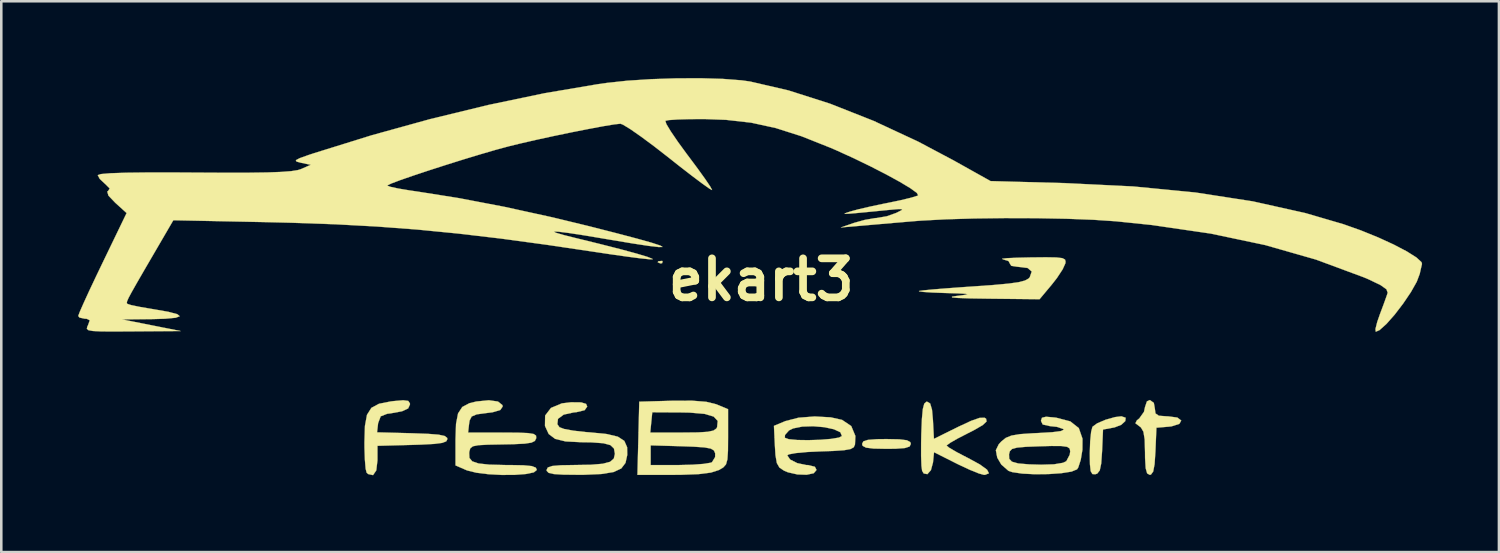
<source format=kicad_pcb>
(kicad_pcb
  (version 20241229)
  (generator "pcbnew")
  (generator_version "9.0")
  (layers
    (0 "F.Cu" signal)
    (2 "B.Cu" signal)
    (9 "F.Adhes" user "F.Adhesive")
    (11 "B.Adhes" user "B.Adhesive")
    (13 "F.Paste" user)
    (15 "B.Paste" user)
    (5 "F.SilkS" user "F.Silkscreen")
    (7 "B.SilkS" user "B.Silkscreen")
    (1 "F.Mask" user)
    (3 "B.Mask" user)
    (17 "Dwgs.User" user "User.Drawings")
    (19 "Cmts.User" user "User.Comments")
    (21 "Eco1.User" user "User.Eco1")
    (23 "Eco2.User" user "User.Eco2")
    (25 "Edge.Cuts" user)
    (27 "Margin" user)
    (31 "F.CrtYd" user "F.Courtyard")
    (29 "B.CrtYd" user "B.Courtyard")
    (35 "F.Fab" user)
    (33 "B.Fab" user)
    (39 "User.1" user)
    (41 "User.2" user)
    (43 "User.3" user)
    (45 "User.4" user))
  (footprint "ekart3"
    (layer "F.Cu")
    (at 26.675 7.872)
    (property "Reference" "ekart3" (at 0 0 0) (layer "F.SilkS") (effects (font (size 1.524 1.524) (thickness 0.3))))
    (attr through_hole)
    (fp_poly (pts (xy -3.852 -0.72) (xy -3.87 -0.644) (xy -3.937 -0.635) (xy -4.042 -0.681) (xy -4.022 -0.72) (xy -3.871 -0.735) (xy -3.852 -0.72)) (stroke (width 0.01) (type solid)) (fill yes) (layer "F.SilkS"))
    (fp_poly (pts (xy 5.392 6.233) (xy 5.687 6.269) (xy 5.82 6.34) (xy 5.842 6.413) (xy 5.792 6.514) (xy 5.612 6.573) (xy 5.255 6.6) (xy 4.889 6.604) (xy 4.387 6.594) (xy 4.092 6.558) (xy 3.959 6.487) (xy 3.937 6.413) (xy 3.987 6.313) (xy 4.167 6.254) (xy 4.524 6.227) (xy 4.889 6.223) (xy 5.392 6.233)) (stroke (width 0.01) (type solid)) (fill yes) (layer "F.SilkS"))
    (fp_poly (pts (xy 14.23 5.39) (xy 14.216 5.52) (xy 14.059 5.665) (xy 13.797 5.767) (xy 13.785 5.769) (xy 13.346 5.851) (xy 13.309 6.703) (xy 13.276 7.174) (xy 13.219 7.446) (xy 13.121 7.571) (xy 13.049 7.596) (xy 12.931 7.589) (xy 12.864 7.476) (xy 12.835 7.207) (xy 12.829 6.772) (xy 12.844 6.31) (xy 12.882 5.939) (xy 12.933 5.744) (xy 13.118 5.608) (xy 13.447 5.468) (xy 13.814 5.365) (xy 14.064 5.334) (xy 14.23 5.39)) (stroke (width 0.01) (type solid)) (fill yes) (layer "F.SilkS"))
    (fp_poly (pts (xy 15.33 4.809) (xy 15.367 5.016) (xy 15.395 5.221) (xy 15.526 5.312) (xy 15.831 5.334) (xy 15.875 5.334) (xy 16.249 5.383) (xy 16.4 5.499) (xy 16.326 5.629) (xy 16.022 5.726) (xy 15.907 5.739) (xy 15.431 5.779) (xy 15.393 6.699) (xy 15.36 7.201) (xy 15.305 7.491) (xy 15.217 7.611) (xy 15.171 7.62) (xy 15.069 7.563) (xy 15.012 7.361) (xy 14.988 6.969) (xy 14.986 6.737) (xy 14.973 6.24) (xy 14.924 5.937) (xy 14.826 5.769) (xy 14.764 5.721) (xy 14.611 5.605) (xy 14.665 5.495) (xy 14.764 5.415) (xy 14.946 5.157) (xy 14.986 4.971) (xy 15.061 4.75) (xy 15.177 4.699) (xy 15.33 4.809)) (stroke (width 0.01) (type solid)) (fill yes) (layer "F.SilkS"))
    (fp_poly (pts (xy -13.783 4.733) (xy -13.718 4.83) (xy -13.716 4.869) (xy -13.787 5.026) (xy -14.025 5.137) (xy -14.47 5.219) (xy -14.605 5.235) (xy -14.859 5.334) (xy -14.96 5.598) (xy -14.962 5.615) (xy -15.002 5.96) (xy -13.629 5.996) (xy -13.007 6.019) (xy -12.599 6.051) (xy -12.365 6.101) (xy -12.267 6.173) (xy -12.255 6.223) (xy -12.299 6.311) (xy -12.458 6.372) (xy -12.77 6.412) (xy -13.276 6.439) (xy -13.621 6.45) (xy -14.986 6.486) (xy -14.986 7.053) (xy -15.032 7.446) (xy -15.158 7.631) (xy -15.348 7.589) (xy -15.409 7.535) (xy -15.448 7.378) (xy -15.477 7.03) (xy -15.493 6.556) (xy -15.494 6.349) (xy -15.475 5.709) (xy -15.395 5.276) (xy -15.222 5.003) (xy -14.925 4.844) (xy -14.471 4.754) (xy -14.368 4.741) (xy -13.98 4.707) (xy -13.783 4.733)) (stroke (width 0.01) (type solid)) (fill yes) (layer "F.SilkS"))
    (fp_poly (pts (xy 6.596 4.833) (xy 6.668 5.075) (xy 6.705 5.489) (xy 6.743 6.215) (xy 7.688 5.747) (xy 8.195 5.511) (xy 8.525 5.396) (xy 8.719 5.39) (xy 8.779 5.426) (xy 8.8 5.534) (xy 8.649 5.677) (xy 8.301 5.878) (xy 8.082 5.989) (xy 7.675 6.198) (xy 7.376 6.37) (xy 7.242 6.47) (xy 7.239 6.477) (xy 7.344 6.564) (xy 7.622 6.727) (xy 8.014 6.932) (xy 8.065 6.957) (xy 8.539 7.215) (xy 8.819 7.42) (xy 8.891 7.559) (xy 8.742 7.619) (xy 8.696 7.62) (xy 8.495 7.565) (xy 8.14 7.421) (xy 7.702 7.216) (xy 7.625 7.178) (xy 6.747 6.736) (xy 6.707 7.136) (xy 6.626 7.436) (xy 6.488 7.593) (xy 6.344 7.566) (xy 6.282 7.463) (xy 6.256 7.265) (xy 6.242 6.878) (xy 6.243 6.366) (xy 6.25 6.023) (xy 6.274 5.43) (xy 6.31 5.05) (xy 6.365 4.842) (xy 6.447 4.766) (xy 6.477 4.763) (xy 6.596 4.833)) (stroke (width 0.01) (type solid)) (fill yes) (layer "F.SilkS"))
    (fp_poly (pts (xy 11.522 -0.869) (xy 11.757 -0.842) (xy 11.863 -0.787) (xy 11.884 -0.699) (xy 11.875 -0.637) (xy 11.769 -0.404) (xy 11.548 -0.068) (xy 11.347 0.189) (xy 10.868 0.762) (xy 8.895 0.741) (xy 8.167 0.73) (xy 7.687 0.713) (xy 7.45 0.691) (xy 7.448 0.663) (xy 7.62 0.635) (xy 7.929 0.595) (xy 8.054 0.567) (xy 7.977 0.549) (xy 7.681 0.534) (xy 7.176 0.519) (xy 6.69 0.501) (xy 6.337 0.478) (xy 6.162 0.453) (xy 6.16 0.441) (xy 6.324 0.417) (xy 6.696 0.381) (xy 7.229 0.338) (xy 7.877 0.29) (xy 8.304 0.261) (xy 9.089 0.205) (xy 9.657 0.152) (xy 10.046 0.098) (xy 10.294 0.034) (xy 10.437 -0.044) (xy 10.484 -0.094) (xy 10.562 -0.32) (xy 10.402 -0.457) (xy 10.004 -0.506) (xy 9.994 -0.506) (xy 9.763 -0.542) (xy 9.71 -0.626) (xy 9.657 -0.727) (xy 9.432 -0.798) (xy 9.408 -0.82) (xy 9.602 -0.841) (xy 9.98 -0.858) (xy 10.502 -0.87) (xy 11.118 -0.876) (xy 11.522 -0.869)) (stroke (width 0.01) (type solid)) (fill yes) (layer "F.SilkS"))
    (fp_poly (pts (xy -2.146 4.768) (xy -1.762 4.862) (xy -1.734 4.873) (xy -1.295 5.056) (xy -1.295 6.151) (xy -1.299 6.681) (xy -1.321 7.015) (xy -1.377 7.213) (xy -1.485 7.333) (xy -1.657 7.433) (xy -1.964 7.531) (xy -2.447 7.592) (xy -3.139 7.618) (xy -3.427 7.62) (xy -4.834 7.62) (xy -4.825 7.239) (xy -4.318 7.239) (xy -3.207 7.237) (xy -2.685 7.224) (xy -2.25 7.192) (xy -1.973 7.146) (xy -1.924 7.127) (xy -1.801 6.926) (xy -1.799 6.779) (xy -1.847 6.668) (xy -1.972 6.594) (xy -2.221 6.548) (xy -2.642 6.52) (xy -3.081 6.504) (xy -4.318 6.468) (xy -4.318 7.239) (xy -4.825 7.239) (xy -4.798 6.191) (xy -4.793 5.969) (xy -4.334 5.969) (xy -3.07 5.969) (xy -2.477 5.963) (xy -2.092 5.939) (xy -1.866 5.891) (xy -1.752 5.81) (xy -1.723 5.756) (xy -1.7 5.514) (xy -1.857 5.345) (xy -2.216 5.239) (xy -2.796 5.189) (xy -3.125 5.183) (xy -4.255 5.177) (xy -4.334 5.969) (xy -4.793 5.969) (xy -4.763 4.763) (xy -3.467 4.726) (xy -2.701 4.724) (xy -2.146 4.768)) (stroke (width 0.01) (type solid)) (fill yes) (layer "F.SilkS"))
    (fp_poly (pts (xy 2.715 5.375) (xy 3.157 5.474) (xy 3.515 5.715) (xy 3.676 6.101) (xy 3.661 6.435) (xy 3.613 6.542) (xy 3.486 6.613) (xy 3.236 6.658) (xy 2.814 6.687) (xy 2.316 6.704) (xy 1.776 6.729) (xy 1.346 6.77) (xy 1.078 6.82) (xy 1.016 6.858) (xy 1.128 7.021) (xy 1.402 7.161) (xy 1.749 7.236) (xy 1.833 7.239) (xy 2.095 7.304) (xy 2.159 7.429) (xy 2.05 7.557) (xy 1.774 7.616) (xy 1.412 7.604) (xy 1.041 7.52) (xy 0.889 7.456) (xy 0.711 7.337) (xy 0.609 7.159) (xy 0.556 6.851) (xy 0.534 6.502) (xy 0.518 6.172) (xy 0.921 6.172) (xy 1.076 6.228) (xy 1.407 6.259) (xy 1.84 6.265) (xy 2.304 6.251) (xy 2.726 6.216) (xy 3.033 6.165) (xy 3.151 6.105) (xy 3.089 5.957) (xy 2.838 5.84) (xy 2.464 5.759) (xy 2.031 5.722) (xy 1.604 5.735) (xy 1.248 5.806) (xy 1.084 5.886) (xy 0.928 6.062) (xy 0.921 6.172) (xy 0.518 6.172) (xy 0.496 5.707) (xy 0.942 5.521) (xy 1.454 5.389) (xy 2.085 5.34) (xy 2.715 5.375)) (stroke (width 0.01) (type solid)) (fill yes) (layer "F.SilkS"))
    (fp_poly (pts (xy -7.034 4.79) (xy -6.84 4.848) (xy -6.795 4.953) (xy -6.895 5.095) (xy -7.213 5.172) (xy -7.323 5.182) (xy -7.713 5.268) (xy -7.937 5.433) (xy -7.961 5.643) (xy -7.879 5.76) (xy -7.699 5.828) (xy -7.334 5.895) (xy -6.852 5.949) (xy -6.688 5.961) (xy -6.035 6.026) (xy -5.6 6.129) (xy -5.346 6.294) (xy -5.237 6.541) (xy -5.232 6.844) (xy -5.3 7.153) (xy -5.465 7.37) (xy -5.765 7.51) (xy -6.235 7.587) (xy -6.912 7.617) (xy -7.144 7.618) (xy -7.727 7.612) (xy -8.099 7.589) (xy -8.302 7.542) (xy -8.378 7.464) (xy -8.382 7.429) (xy -8.335 7.333) (xy -8.164 7.274) (xy -7.824 7.245) (xy -7.334 7.237) (xy -6.654 7.226) (xy -6.189 7.187) (xy -5.903 7.111) (xy -5.758 6.987) (xy -5.715 6.805) (xy -5.715 6.793) (xy -5.751 6.592) (xy -5.886 6.461) (xy -6.163 6.386) (xy -6.624 6.352) (xy -7.027 6.346) (xy -7.64 6.315) (xy -8.048 6.215) (xy -8.299 6.026) (xy -8.438 5.725) (xy -8.445 5.699) (xy -8.438 5.304) (xy -8.211 5.007) (xy -7.786 4.829) (xy -7.428 4.786) (xy -7.034 4.79)) (stroke (width 0.01) (type solid)) (fill yes) (layer "F.SilkS"))
    (fp_poly (pts (xy -10.28 4.757) (xy -10.106 4.897) (xy -10.097 4.953) (xy -10.188 5.087) (xy -10.484 5.175) (xy -10.732 5.207) (xy -11.112 5.258) (xy -11.307 5.341) (xy -11.388 5.498) (xy -11.407 5.62) (xy -11.447 5.969) (xy -10.096 5.969) (xy -9.495 5.973) (xy -9.106 5.989) (xy -8.887 6.024) (xy -8.794 6.086) (xy -8.786 6.182) (xy -8.787 6.191) (xy -8.838 6.294) (xy -8.973 6.362) (xy -9.239 6.402) (xy -9.681 6.423) (xy -10.098 6.431) (xy -10.675 6.442) (xy -11.045 6.462) (xy -11.257 6.504) (xy -11.358 6.579) (xy -11.397 6.701) (xy -11.405 6.764) (xy -11.395 6.959) (xy -11.285 7.092) (xy -11.038 7.176) (xy -10.619 7.221) (xy -9.991 7.237) (xy -9.811 7.237) (xy -9.28 7.247) (xy -8.958 7.278) (xy -8.801 7.34) (xy -8.763 7.429) (xy -8.879 7.523) (xy -9.187 7.587) (xy -9.625 7.62) (xy -10.134 7.623) (xy -10.653 7.595) (xy -11.122 7.537) (xy -11.479 7.449) (xy -11.525 7.431) (xy -11.938 7.251) (xy -11.938 6.238) (xy -11.918 5.629) (xy -11.839 5.222) (xy -11.674 4.97) (xy -11.398 4.823) (xy -11.125 4.756) (xy -10.635 4.707) (xy -10.28 4.757)) (stroke (width 0.01) (type solid)) (fill yes) (layer "F.SilkS"))
    (fp_poly (pts (xy 11.459 5.381) (xy 11.525 5.39) (xy 12.07 5.533) (xy 12.401 5.795) (xy 12.544 6.208) (xy 12.541 6.642) (xy 12.476 7.035) (xy 12.38 7.329) (xy 12.331 7.405) (xy 12.116 7.493) (xy 11.722 7.555) (xy 11.221 7.59) (xy 10.685 7.596) (xy 10.188 7.571) (xy 9.803 7.514) (xy 9.654 7.463) (xy 9.374 7.218) (xy 9.216 6.948) (xy 9.191 6.816) (xy 9.676 6.816) (xy 9.682 6.991) (xy 9.788 7.106) (xy 10.034 7.175) (xy 10.462 7.211) (xy 10.928 7.224) (xy 11.429 7.209) (xy 11.785 7.149) (xy 11.913 7.087) (xy 12.046 6.833) (xy 12.065 6.701) (xy 12.043 6.592) (xy 11.946 6.526) (xy 11.726 6.495) (xy 11.337 6.492) (xy 10.89 6.504) (xy 10.337 6.525) (xy 9.989 6.556) (xy 9.795 6.609) (xy 9.707 6.698) (xy 9.676 6.816) (xy 9.191 6.816) (xy 9.161 6.658) (xy 9.275 6.425) (xy 9.376 6.316) (xy 9.549 6.176) (xy 9.771 6.086) (xy 10.105 6.03) (xy 10.612 5.996) (xy 10.816 5.987) (xy 11.37 5.954) (xy 11.709 5.908) (xy 11.816 5.852) (xy 11.797 5.831) (xy 11.541 5.745) (xy 11.271 5.717) (xy 10.991 5.654) (xy 10.922 5.51) (xy 10.962 5.39) (xy 11.121 5.351) (xy 11.459 5.381)) (stroke (width 0.01) (type solid)) (fill yes) (layer "F.SilkS"))
    (fp_poly (pts (xy -1.491 -7.841) (xy -0.764 -7.785) (xy -0.436 -7.739) (xy 1.062 -7.392) (xy 2.685 -6.874) (xy 4.387 -6.202) (xy 6.125 -5.393) (xy 7.506 -4.661) (xy 8.954 -3.851) (xy 11.874 -3.771) (xy 14.521 -3.642) (xy 16.953 -3.406) (xy 19.191 -3.06) (xy 21.25 -2.601) (xy 22.733 -2.167) (xy 23.419 -1.924) (xy 24.088 -1.652) (xy 24.699 -1.372) (xy 25.212 -1.103) (xy 25.586 -0.867) (xy 25.783 -0.684) (xy 25.801 -0.615) (xy 25.736 -0.336) (xy 25.715 -0.235) (xy 25.596 0.081) (xy 25.365 0.489) (xy 25.063 0.935) (xy 24.732 1.367) (xy 24.412 1.728) (xy 24.145 1.967) (xy 23.997 2.032) (xy 23.984 1.926) (xy 24.053 1.65) (xy 24.152 1.365) (xy 24.303 0.961) (xy 24.42 0.635) (xy 24.462 0.508) (xy 24.413 0.373) (xy 24.176 0.206) (xy 23.726 -0.01) (xy 23.531 -0.093) (xy 21.661 -0.786) (xy 19.682 -1.352) (xy 17.557 -1.8) (xy 15.253 -2.136) (xy 13.843 -2.282) (xy 12.971 -2.34) (xy 11.915 -2.38) (xy 10.741 -2.402) (xy 9.519 -2.406) (xy 8.316 -2.391) (xy 7.201 -2.358) (xy 6.243 -2.307) (xy 5.969 -2.286) (xy 5.302 -2.229) (xy 4.649 -2.173) (xy 4.098 -2.125) (xy 3.81 -2.1) (xy 3.111 -2.04) (xy 3.619 -2.217) (xy 4.045 -2.336) (xy 4.445 -2.405) (xy 4.508 -2.409) (xy 4.907 -2.478) (xy 5.271 -2.608) (xy 5.473 -2.71) (xy 5.506 -2.757) (xy 5.341 -2.757) (xy 4.953 -2.722) (xy 4.23 -2.651) (xy 3.73 -2.603) (xy 3.42 -2.577) (xy 3.272 -2.571) (xy 3.254 -2.584) (xy 3.335 -2.616) (xy 3.485 -2.665) (xy 3.493 -2.667) (xy 3.795 -2.749) (xy 4.26 -2.857) (xy 4.8 -2.971) (xy 4.953 -3.001) (xy 5.452 -3.105) (xy 5.854 -3.203) (xy 6.094 -3.277) (xy 6.129 -3.296) (xy 6.073 -3.392) (xy 5.822 -3.574) (xy 5.413 -3.82) (xy 4.881 -4.111) (xy 4.263 -4.428) (xy 3.597 -4.751) (xy 2.917 -5.06) (xy 2.713 -5.148) (xy 1.572 -5.602) (xy 0.561 -5.924) (xy -0.395 -6.132) (xy -1.372 -6.242) (xy -2.18 -6.272) (xy -2.769 -6.271) (xy -3.263 -6.257) (xy -3.606 -6.233) (xy -3.744 -6.204) (xy -3.704 -6.077) (xy -3.532 -5.792) (xy -3.257 -5.388) (xy -2.905 -4.905) (xy -2.85 -4.833) (xy -2.487 -4.346) (xy -2.192 -3.936) (xy -1.994 -3.643) (xy -1.92 -3.506) (xy -1.921 -3.501) (xy -2.031 -3.561) (xy -2.305 -3.756) (xy -2.709 -4.059) (xy -3.21 -4.447) (xy -3.619 -4.771) (xy -4.185 -5.211) (xy -4.695 -5.589) (xy -5.111 -5.879) (xy -5.395 -6.052) (xy -5.495 -6.091) (xy -5.726 -6.067) (xy -6.153 -5.997) (xy -6.725 -5.89) (xy -7.391 -5.759) (xy -8.099 -5.612) (xy -8.798 -5.46) (xy -9.436 -5.313) (xy -9.842 -5.214) (xy -10.343 -5.079) (xy -10.95 -4.902) (xy -11.621 -4.699) (xy -12.313 -4.482) (xy -12.984 -4.266) (xy -13.591 -4.064) (xy -14.091 -3.891) (xy -14.441 -3.759) (xy -14.599 -3.683) (xy -14.604 -3.676) (xy -14.487 -3.629) (xy -14.174 -3.561) (xy -13.72 -3.485) (xy -13.43 -3.443) (xy -11.812 -3.187) (xy -10.028 -2.846) (xy -8.143 -2.433) (xy -6.731 -2.091) (xy -5.666 -1.819) (xy -4.847 -1.603) (xy -4.274 -1.442) (xy -3.943 -1.334) (xy -3.855 -1.278) (xy -4.007 -1.275) (xy -4.398 -1.321) (xy -5.027 -1.417) (xy -5.892 -1.561) (xy -6.045 -1.587) (xy -6.897 -1.73) (xy -7.526 -1.826) (xy -7.927 -1.876) (xy -8.096 -1.88) (xy -8.027 -1.836) (xy -7.717 -1.745) (xy -7.303 -1.641) (xy -6.316 -1.399) (xy -5.5 -1.191) (xy -4.872 -1.021) (xy -4.451 -0.895) (xy -4.252 -0.816) (xy -4.239 -0.798) (xy -4.376 -0.799) (xy -4.72 -0.835) (xy -5.23 -0.901) (xy -5.863 -0.99) (xy -6.368 -1.066) (xy -8.365 -1.362) (xy -10.171 -1.607) (xy -11.843 -1.803) (xy -13.439 -1.959) (xy -15.015 -2.077) (xy -16.628 -2.164) (xy -18.336 -2.224) (xy -19.321 -2.248) (xy -22.957 -2.322) (xy -23.689 -1.066) (xy -24.094 -0.371) (xy -24.387 0.136) (xy -24.585 0.486) (xy -24.705 0.71) (xy -24.762 0.84) (xy -24.774 0.906) (xy -24.757 0.939) (xy -24.753 0.943) (xy -24.606 0.991) (xy -24.274 1.06) (xy -23.825 1.137) (xy -23.744 1.15) (xy -23.145 1.255) (xy -22.799 1.348) (xy -22.706 1.426) (xy -22.866 1.486) (xy -23.279 1.524) (xy -23.755 1.538) (xy -24.956 1.551) (xy -23.812 1.778) (xy -22.669 2.005) (xy -24.547 2.018) (xy -25.271 2.022) (xy -25.777 2.019) (xy -26.099 2.003) (xy -26.273 1.971) (xy -26.334 1.916) (xy -26.317 1.834) (xy -26.289 1.778) (xy -26.22 1.585) (xy -26.338 1.526) (xy -26.412 1.524) (xy -26.62 1.479) (xy -26.67 1.416) (xy -26.617 1.271) (xy -26.471 0.938) (xy -26.25 0.455) (xy -25.971 -0.136) (xy -25.725 -0.648) (xy -24.781 -2.603) (xy -25.224 -3.004) (xy -25.491 -3.284) (xy -25.537 -3.441) (xy -25.502 -3.467) (xy -25.442 -3.562) (xy -25.609 -3.731) (xy -25.622 -3.741) (xy -25.832 -3.938) (xy -25.908 -4.083) (xy -25.785 -4.125) (xy -25.415 -4.157) (xy -24.796 -4.178) (xy -23.927 -4.188) (xy -22.807 -4.187) (xy -22.13 -4.183) (xy -20.964 -4.177) (xy -20.027 -4.178) (xy -19.296 -4.188) (xy -18.745 -4.209) (xy -18.352 -4.239) (xy -18.091 -4.281) (xy -17.971 -4.319) (xy -17.59 -4.486) (xy -17.971 -4.566) (xy -18.146 -4.613) (xy -18.173 -4.666) (xy -18.024 -4.745) (xy -17.672 -4.871) (xy -17.462 -4.94) (xy -15.218 -5.638) (xy -12.926 -6.272) (xy -10.649 -6.825) (xy -8.452 -7.284) (xy -6.398 -7.632) (xy -6.042 -7.683) (xy -5.228 -7.771) (xy -4.301 -7.831) (xy -3.325 -7.863) (xy -2.367 -7.867) (xy -1.491 -7.841)) (stroke (width 0.01) (type solid)) (fill yes) (layer "F.SilkS")))
  (gr_rect
    (start -3 -3)
    (end 55.481 18.507)
    (stroke (width 0.1) (type default))
    (fill no)
    (layer "Edge.Cuts")))
</source>
